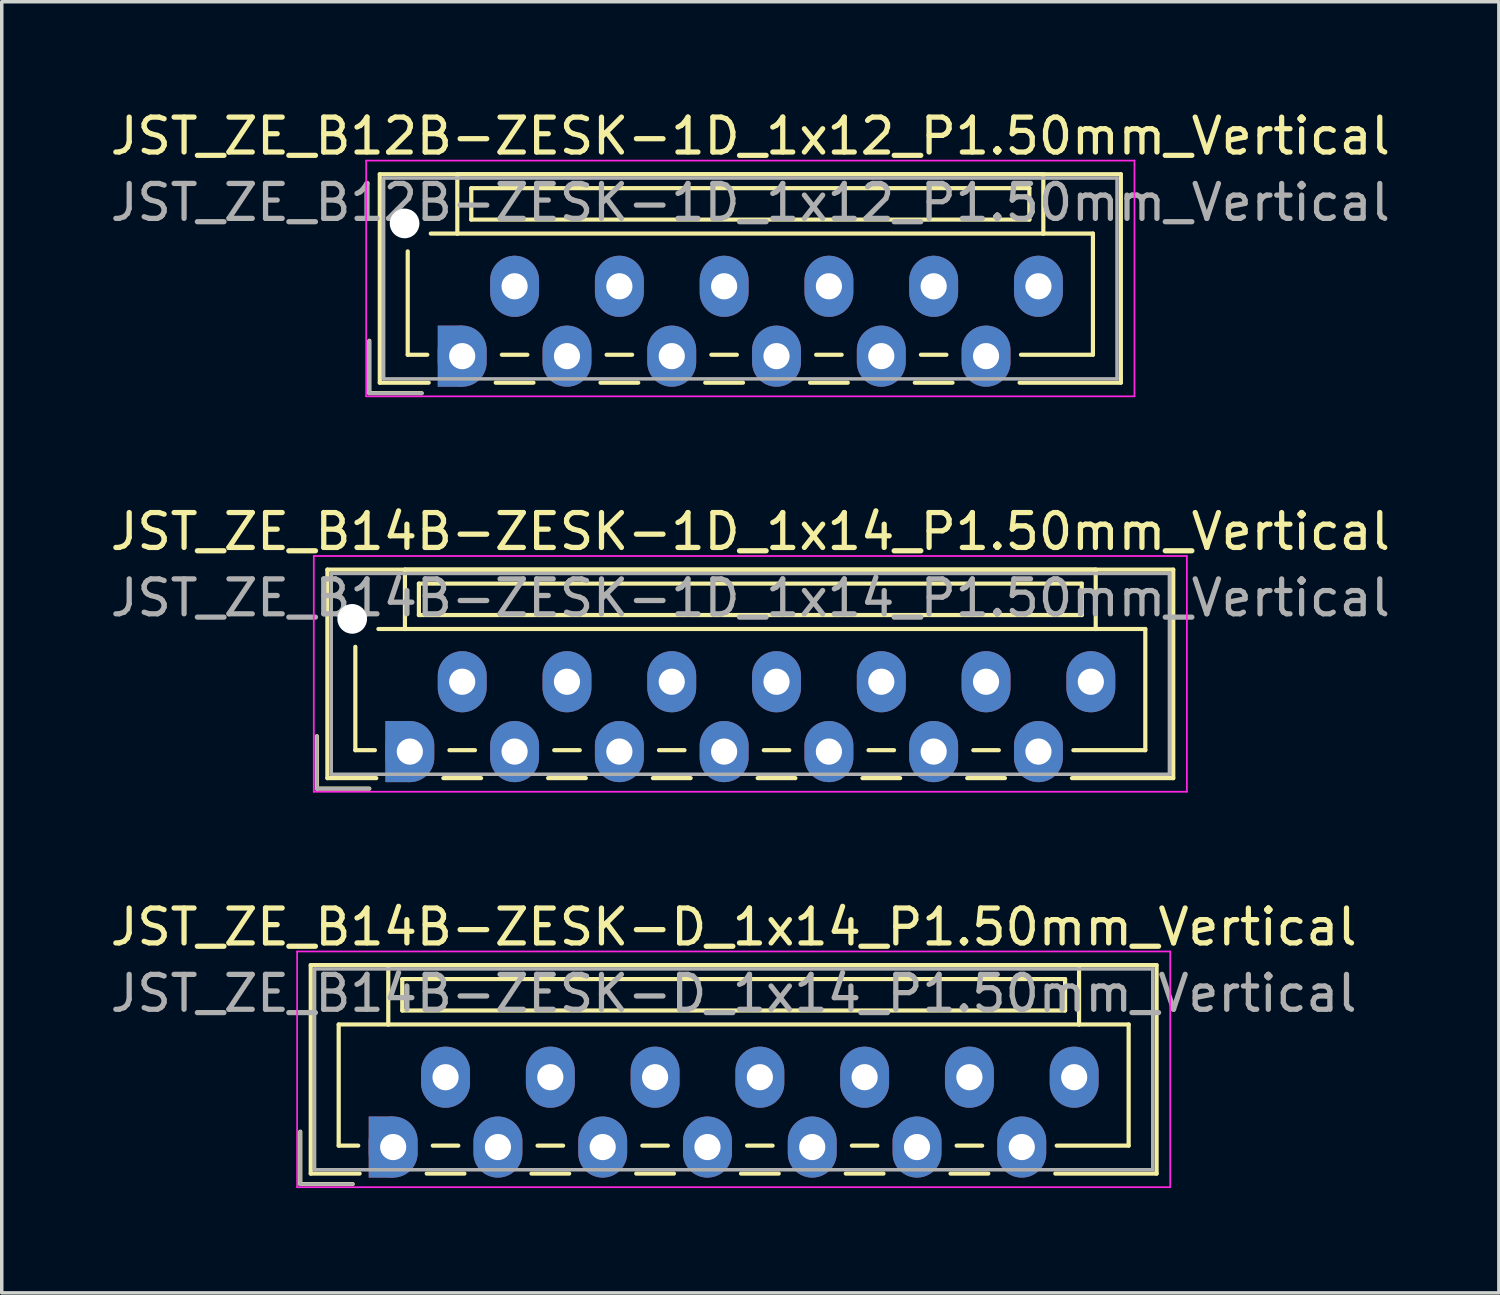
<source format=kicad_pcb>
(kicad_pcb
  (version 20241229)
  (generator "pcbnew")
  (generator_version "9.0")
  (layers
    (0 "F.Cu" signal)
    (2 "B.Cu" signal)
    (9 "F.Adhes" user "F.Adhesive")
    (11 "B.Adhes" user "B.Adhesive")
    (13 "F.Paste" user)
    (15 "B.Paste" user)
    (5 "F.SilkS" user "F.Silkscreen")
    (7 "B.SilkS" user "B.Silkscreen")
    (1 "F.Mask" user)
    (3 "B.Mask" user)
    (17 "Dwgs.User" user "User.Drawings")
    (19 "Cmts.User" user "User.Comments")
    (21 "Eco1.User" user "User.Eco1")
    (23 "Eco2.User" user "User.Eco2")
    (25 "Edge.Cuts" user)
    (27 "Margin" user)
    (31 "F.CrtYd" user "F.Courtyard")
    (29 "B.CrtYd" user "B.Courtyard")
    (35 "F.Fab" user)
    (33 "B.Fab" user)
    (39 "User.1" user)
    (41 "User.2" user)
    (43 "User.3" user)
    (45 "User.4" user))
  (footprint "JST_ZE_B14B-ZESK-D_1x14_P1.50mm_Vertical"
    (layer "F.Cu")
    (at 8.208 29.795)
    (property "Reference" "JST_ZE_B14B-ZESK-D_1x14_P1.50mm_Vertical" (at 9.75 -6.3 0) (layer "F.SilkS") (effects (font (size 1 1) (thickness 0.15))))
    (attr through_hole)
    (fp_line (start -2.66 -0.44) (end -2.66 1.06) (stroke (width 0.12) (type solid)) (layer "F.SilkS"))
    (fp_line (start -2.66 1.06) (end -1.16 1.06) (stroke (width 0.12) (type solid)) (layer "F.SilkS"))
    (fp_line (start -2.36 -5.21) (end 21.86 -5.21) (stroke (width 0.12) (type solid)) (layer "F.SilkS"))
    (fp_line (start -2.36 0.76) (end -2.36 -5.21) (stroke (width 0.12) (type solid)) (layer "F.SilkS"))
    (fp_line (start -1.56 -3.51) (end -1.56 -0.04) (stroke (width 0.12) (type solid)) (layer "F.SilkS"))
    (fp_line (start -1.56 -0.04) (end -1 -0.04) (stroke (width 0.12) (type solid)) (layer "F.SilkS"))
    (fp_line (start -0.96 0.76) (end -2.36 0.76) (stroke (width 0.12) (type solid)) (layer "F.SilkS"))
    (fp_line (start -0.14 -5.21) (end -0.14 -3.51) (stroke (width 0.12) (type solid)) (layer "F.SilkS"))
    (fp_line (start -0.14 -3.51) (end -1.56 -3.51) (stroke (width 0.12) (type solid)) (layer "F.SilkS"))
    (fp_line (start -0.14 -3.51) (end 19.64 -3.51) (stroke (width 0.12) (type solid)) (layer "F.SilkS"))
    (fp_line (start 0.26 -4.81) (end 0.26 -3.91) (stroke (width 0.12) (type solid)) (layer "F.SilkS"))
    (fp_line (start 0.26 -3.91) (end 19.24 -3.91) (stroke (width 0.12) (type solid)) (layer "F.SilkS"))
    (fp_line (start 0.96 0.76) (end 2.04 0.76) (stroke (width 0.12) (type solid)) (layer "F.SilkS"))
    (fp_line (start 1.135 -0.04) (end 1.865 -0.04) (stroke (width 0.12) (type solid)) (layer "F.SilkS"))
    (fp_line (start 3.96 0.76) (end 5.04 0.76) (stroke (width 0.12) (type solid)) (layer "F.SilkS"))
    (fp_line (start 4.135 -0.04) (end 4.865 -0.04) (stroke (width 0.12) (type solid)) (layer "F.SilkS"))
    (fp_line (start 6.96 0.76) (end 8.04 0.76) (stroke (width 0.12) (type solid)) (layer "F.SilkS"))
    (fp_line (start 7.135 -0.04) (end 7.865 -0.04) (stroke (width 0.12) (type solid)) (layer "F.SilkS"))
    (fp_line (start 9.96 0.76) (end 11.04 0.76) (stroke (width 0.12) (type solid)) (layer "F.SilkS"))
    (fp_line (start 10.135 -0.04) (end 10.865 -0.04) (stroke (width 0.12) (type solid)) (layer "F.SilkS"))
    (fp_line (start 12.96 0.76) (end 14.04 0.76) (stroke (width 0.12) (type solid)) (layer "F.SilkS"))
    (fp_line (start 13.135 -0.04) (end 13.865 -0.04) (stroke (width 0.12) (type solid)) (layer "F.SilkS"))
    (fp_line (start 15.96 0.76) (end 17.04 0.76) (stroke (width 0.12) (type solid)) (layer "F.SilkS"))
    (fp_line (start 16.135 -0.04) (end 16.865 -0.04) (stroke (width 0.12) (type solid)) (layer "F.SilkS"))
    (fp_line (start 19.24 -4.81) (end 0.26 -4.81) (stroke (width 0.12) (type solid)) (layer "F.SilkS"))
    (fp_line (start 19.24 -3.91) (end 19.24 -4.81) (stroke (width 0.12) (type solid)) (layer "F.SilkS"))
    (fp_line (start 19.64 -5.21) (end -0.14 -5.21) (stroke (width 0.12) (type solid)) (layer "F.SilkS"))
    (fp_line (start 19.64 -3.51) (end 19.64 -5.21) (stroke (width 0.12) (type solid)) (layer "F.SilkS"))
    (fp_line (start 19.64 -3.51) (end 21.06 -3.51) (stroke (width 0.12) (type solid)) (layer "F.SilkS"))
    (fp_line (start 21.06 -3.51) (end 21.06 -0.04) (stroke (width 0.12) (type solid)) (layer "F.SilkS"))
    (fp_line (start 21.06 -0.04) (end 19 -0.04) (stroke (width 0.12) (type solid)) (layer "F.SilkS"))
    (fp_line (start 21.86 -5.21) (end 21.86 0.76) (stroke (width 0.12) (type solid)) (layer "F.SilkS"))
    (fp_line (start 21.86 0.76) (end 18.96 0.76) (stroke (width 0.12) (type solid)) (layer "F.SilkS"))
    (fp_line (start -2.75 -5.6) (end -2.75 1.15) (stroke (width 0.05) (type solid)) (layer "F.CrtYd"))
    (fp_line (start -2.75 1.15) (end 22.25 1.15) (stroke (width 0.05) (type solid)) (layer "F.CrtYd"))
    (fp_line (start 22.25 -5.6) (end -2.75 -5.6) (stroke (width 0.05) (type solid)) (layer "F.CrtYd"))
    (fp_line (start 22.25 1.15) (end 22.25 -5.6) (stroke (width 0.05) (type solid)) (layer "F.CrtYd"))
    (fp_line (start -2.66 -0.44) (end -2.66 1.06) (stroke (width 0.1) (type solid)) (layer "F.Fab"))
    (fp_line (start -2.66 1.06) (end -1.16 1.06) (stroke (width 0.1) (type solid)) (layer "F.Fab"))
    (fp_line (start -2.25 -5.1) (end -2.25 0.65) (stroke (width 0.1) (type solid)) (layer "F.Fab"))
    (fp_line (start -2.25 0.65) (end 21.75 0.65) (stroke (width 0.1) (type solid)) (layer "F.Fab"))
    (fp_line (start 21.75 -5.1) (end -2.25 -5.1) (stroke (width 0.1) (type solid)) (layer "F.Fab"))
    (fp_line (start 21.75 0.65) (end 21.75 -5.1) (stroke (width 0.1) (type solid)) (layer "F.Fab"))
    (fp_text user "${REFERENCE}" (at 9.75 -4.4 0) (layer "F.Fab") (effects (font (size 1 1) (thickness 0.15))))
    (pad "1" smd rect (at -0.35 0) (size 0.7 1.75) (layers "F.Cu" "F.Mask"))
    (pad "1" smd rect (at -0.35 0) (size 0.7 1.75) (layers "B.Cu" "B.Mask"))
    (pad "1" thru_hole oval (at 0 0) (size 1.4 1.75) (drill 0.75) (layers "*.Cu" "*.Mask"))
    (pad "2" thru_hole oval (at 1.5 -2) (size 1.4 1.75) (drill 0.75) (layers "*.Cu" "*.Mask"))
    (pad "3" thru_hole oval (at 3 0) (size 1.4 1.75) (drill 0.75) (layers "*.Cu" "*.Mask"))
    (pad "4" thru_hole oval (at 4.5 -2) (size 1.4 1.75) (drill 0.75) (layers "*.Cu" "*.Mask"))
    (pad "5" thru_hole oval (at 6 0) (size 1.4 1.75) (drill 0.75) (layers "*.Cu" "*.Mask"))
    (pad "6" thru_hole oval (at 7.5 -2) (size 1.4 1.75) (drill 0.75) (layers "*.Cu" "*.Mask"))
    (pad "7" thru_hole oval (at 9 0) (size 1.4 1.75) (drill 0.75) (layers "*.Cu" "*.Mask"))
    (pad "8" thru_hole oval (at 10.5 -2) (size 1.4 1.75) (drill 0.75) (layers "*.Cu" "*.Mask"))
    (pad "9" thru_hole oval (at 12 0) (size 1.4 1.75) (drill 0.75) (layers "*.Cu" "*.Mask"))
    (pad "10" thru_hole oval (at 13.5 -2) (size 1.4 1.75) (drill 0.75) (layers "*.Cu" "*.Mask"))
    (pad "11" thru_hole oval (at 15 0) (size 1.4 1.75) (drill 0.75) (layers "*.Cu" "*.Mask"))
    (pad "12" thru_hole oval (at 16.5 -2) (size 1.4 1.75) (drill 0.75) (layers "*.Cu" "*.Mask"))
    (pad "13" thru_hole oval (at 18 0) (size 1.4 1.75) (drill 0.75) (layers "*.Cu" "*.Mask"))
    (pad "14" thru_hole oval (at 19.5 -2) (size 1.4 1.75) (drill 0.75) (layers "*.Cu" "*.Mask")))
  (footprint "JST_ZE_B12B-ZESK-1D_1x12_P1.50mm_Vertical"
    (layer "F.Cu")
    (at 10.185 7.148)
    (property "Reference" "JST_ZE_B12B-ZESK-1D_1x12_P1.50mm_Vertical" (at 8.25 -6.3 0) (layer "F.SilkS") (effects (font (size 1 1) (thickness 0.15))))
    (attr through_hole)
    (fp_line (start -2.66 -0.44) (end -2.66 1.06) (stroke (width 0.12) (type solid)) (layer "F.SilkS"))
    (fp_line (start -2.66 1.06) (end -1.16 1.06) (stroke (width 0.12) (type solid)) (layer "F.SilkS"))
    (fp_line (start -2.36 -5.21) (end 18.86 -5.21) (stroke (width 0.12) (type solid)) (layer "F.SilkS"))
    (fp_line (start -2.36 0.76) (end -2.36 -5.21) (stroke (width 0.12) (type solid)) (layer "F.SilkS"))
    (fp_line (start -1.56 -3) (end -1.56 -0.04) (stroke (width 0.12) (type solid)) (layer "F.SilkS"))
    (fp_line (start -1.56 -0.04) (end -1 -0.04) (stroke (width 0.12) (type solid)) (layer "F.SilkS"))
    (fp_line (start -0.96 0.76) (end -2.36 0.76) (stroke (width 0.12) (type solid)) (layer "F.SilkS"))
    (fp_line (start -0.14 -5.21) (end -0.14 -3.51) (stroke (width 0.12) (type solid)) (layer "F.SilkS"))
    (fp_line (start -0.14 -3.51) (end -0.9 -3.51) (stroke (width 0.12) (type solid)) (layer "F.SilkS"))
    (fp_line (start -0.14 -3.51) (end 16.64 -3.51) (stroke (width 0.12) (type solid)) (layer "F.SilkS"))
    (fp_line (start 0.26 -4.81) (end 0.26 -3.91) (stroke (width 0.12) (type solid)) (layer "F.SilkS"))
    (fp_line (start 0.26 -3.91) (end 16.24 -3.91) (stroke (width 0.12) (type solid)) (layer "F.SilkS"))
    (fp_line (start 0.96 0.76) (end 2.04 0.76) (stroke (width 0.12) (type solid)) (layer "F.SilkS"))
    (fp_line (start 1.135 -0.04) (end 1.865 -0.04) (stroke (width 0.12) (type solid)) (layer "F.SilkS"))
    (fp_line (start 3.96 0.76) (end 5.04 0.76) (stroke (width 0.12) (type solid)) (layer "F.SilkS"))
    (fp_line (start 4.135 -0.04) (end 4.865 -0.04) (stroke (width 0.12) (type solid)) (layer "F.SilkS"))
    (fp_line (start 6.96 0.76) (end 8.04 0.76) (stroke (width 0.12) (type solid)) (layer "F.SilkS"))
    (fp_line (start 7.135 -0.04) (end 7.865 -0.04) (stroke (width 0.12) (type solid)) (layer "F.SilkS"))
    (fp_line (start 9.96 0.76) (end 11.04 0.76) (stroke (width 0.12) (type solid)) (layer "F.SilkS"))
    (fp_line (start 10.135 -0.04) (end 10.865 -0.04) (stroke (width 0.12) (type solid)) (layer "F.SilkS"))
    (fp_line (start 12.96 0.76) (end 14.04 0.76) (stroke (width 0.12) (type solid)) (layer "F.SilkS"))
    (fp_line (start 13.135 -0.04) (end 13.865 -0.04) (stroke (width 0.12) (type solid)) (layer "F.SilkS"))
    (fp_line (start 16.24 -4.81) (end 0.26 -4.81) (stroke (width 0.12) (type solid)) (layer "F.SilkS"))
    (fp_line (start 16.24 -3.91) (end 16.24 -4.81) (stroke (width 0.12) (type solid)) (layer "F.SilkS"))
    (fp_line (start 16.64 -5.21) (end -0.14 -5.21) (stroke (width 0.12) (type solid)) (layer "F.SilkS"))
    (fp_line (start 16.64 -3.51) (end 16.64 -5.21) (stroke (width 0.12) (type solid)) (layer "F.SilkS"))
    (fp_line (start 16.64 -3.51) (end 18.06 -3.51) (stroke (width 0.12) (type solid)) (layer "F.SilkS"))
    (fp_line (start 18.06 -3.51) (end 18.06 -0.04) (stroke (width 0.12) (type solid)) (layer "F.SilkS"))
    (fp_line (start 18.06 -0.04) (end 16 -0.04) (stroke (width 0.12) (type solid)) (layer "F.SilkS"))
    (fp_line (start 18.86 -5.21) (end 18.86 0.76) (stroke (width 0.12) (type solid)) (layer "F.SilkS"))
    (fp_line (start 18.86 0.76) (end 15.96 0.76) (stroke (width 0.12) (type solid)) (layer "F.SilkS"))
    (fp_line (start -2.75 -5.6) (end -2.75 1.15) (stroke (width 0.05) (type solid)) (layer "F.CrtYd"))
    (fp_line (start -2.75 1.15) (end 19.25 1.15) (stroke (width 0.05) (type solid)) (layer "F.CrtYd"))
    (fp_line (start 19.25 -5.6) (end -2.75 -5.6) (stroke (width 0.05) (type solid)) (layer "F.CrtYd"))
    (fp_line (start 19.25 1.15) (end 19.25 -5.6) (stroke (width 0.05) (type solid)) (layer "F.CrtYd"))
    (fp_line (start -2.66 -0.44) (end -2.66 1.06) (stroke (width 0.1) (type solid)) (layer "F.Fab"))
    (fp_line (start -2.66 1.06) (end -1.16 1.06) (stroke (width 0.1) (type solid)) (layer "F.Fab"))
    (fp_line (start -2.25 -5.1) (end -2.25 0.65) (stroke (width 0.1) (type solid)) (layer "F.Fab"))
    (fp_line (start -2.25 0.65) (end 18.75 0.65) (stroke (width 0.1) (type solid)) (layer "F.Fab"))
    (fp_line (start 18.75 -5.1) (end -2.25 -5.1) (stroke (width 0.1) (type solid)) (layer "F.Fab"))
    (fp_line (start 18.75 0.65) (end 18.75 -5.1) (stroke (width 0.1) (type solid)) (layer "F.Fab"))
    (fp_text user "${REFERENCE}" (at 8.25 -4.4 0) (layer "F.Fab") (effects (font (size 1 1) (thickness 0.15))))
    (pad "" np_thru_hole circle (at -1.65 -3.8) (size 0.85 0.85) (drill 0.85) (layers "*.Cu" "*.Mask"))
    (pad "1" smd rect (at -0.35 0) (size 0.7 1.75) (layers "F.Cu" "F.Mask"))
    (pad "1" smd rect (at -0.35 0) (size 0.7 1.75) (layers "B.Cu" "B.Mask"))
    (pad "1" thru_hole oval (at 0 0) (size 1.4 1.75) (drill 0.75) (layers "*.Cu" "*.Mask"))
    (pad "2" thru_hole oval (at 1.5 -2) (size 1.4 1.75) (drill 0.75) (layers "*.Cu" "*.Mask"))
    (pad "3" thru_hole oval (at 3 0) (size 1.4 1.75) (drill 0.75) (layers "*.Cu" "*.Mask"))
    (pad "4" thru_hole oval (at 4.5 -2) (size 1.4 1.75) (drill 0.75) (layers "*.Cu" "*.Mask"))
    (pad "5" thru_hole oval (at 6 0) (size 1.4 1.75) (drill 0.75) (layers "*.Cu" "*.Mask"))
    (pad "6" thru_hole oval (at 7.5 -2) (size 1.4 1.75) (drill 0.75) (layers "*.Cu" "*.Mask"))
    (pad "7" thru_hole oval (at 9 0) (size 1.4 1.75) (drill 0.75) (layers "*.Cu" "*.Mask"))
    (pad "8" thru_hole oval (at 10.5 -2) (size 1.4 1.75) (drill 0.75) (layers "*.Cu" "*.Mask"))
    (pad "9" thru_hole oval (at 12 0) (size 1.4 1.75) (drill 0.75) (layers "*.Cu" "*.Mask"))
    (pad "10" thru_hole oval (at 13.5 -2) (size 1.4 1.75) (drill 0.75) (layers "*.Cu" "*.Mask"))
    (pad "11" thru_hole oval (at 15 0) (size 1.4 1.75) (drill 0.75) (layers "*.Cu" "*.Mask"))
    (pad "12" thru_hole oval (at 16.5 -2) (size 1.4 1.75) (drill 0.75) (layers "*.Cu" "*.Mask")))
  (footprint "JST_ZE_B14B-ZESK-1D_1x14_P1.50mm_Vertical"
    (layer "F.Cu")
    (at 8.685 18.471)
    (property "Reference" "JST_ZE_B14B-ZESK-1D_1x14_P1.50mm_Vertical" (at 9.75 -6.3 0) (layer "F.SilkS") (effects (font (size 1 1) (thickness 0.15))))
    (attr through_hole)
    (fp_line (start -2.66 -0.44) (end -2.66 1.06) (stroke (width 0.12) (type solid)) (layer "F.SilkS"))
    (fp_line (start -2.66 1.06) (end -1.16 1.06) (stroke (width 0.12) (type solid)) (layer "F.SilkS"))
    (fp_line (start -2.36 -5.21) (end 21.86 -5.21) (stroke (width 0.12) (type solid)) (layer "F.SilkS"))
    (fp_line (start -2.36 0.76) (end -2.36 -5.21) (stroke (width 0.12) (type solid)) (layer "F.SilkS"))
    (fp_line (start -1.56 -3) (end -1.56 -0.04) (stroke (width 0.12) (type solid)) (layer "F.SilkS"))
    (fp_line (start -1.56 -0.04) (end -1 -0.04) (stroke (width 0.12) (type solid)) (layer "F.SilkS"))
    (fp_line (start -0.96 0.76) (end -2.36 0.76) (stroke (width 0.12) (type solid)) (layer "F.SilkS"))
    (fp_line (start -0.14 -5.21) (end -0.14 -3.51) (stroke (width 0.12) (type solid)) (layer "F.SilkS"))
    (fp_line (start -0.14 -3.51) (end -0.9 -3.51) (stroke (width 0.12) (type solid)) (layer "F.SilkS"))
    (fp_line (start -0.14 -3.51) (end 19.64 -3.51) (stroke (width 0.12) (type solid)) (layer "F.SilkS"))
    (fp_line (start 0.26 -4.81) (end 0.26 -3.91) (stroke (width 0.12) (type solid)) (layer "F.SilkS"))
    (fp_line (start 0.26 -3.91) (end 19.24 -3.91) (stroke (width 0.12) (type solid)) (layer "F.SilkS"))
    (fp_line (start 0.96 0.76) (end 2.04 0.76) (stroke (width 0.12) (type solid)) (layer "F.SilkS"))
    (fp_line (start 1.135 -0.04) (end 1.865 -0.04) (stroke (width 0.12) (type solid)) (layer "F.SilkS"))
    (fp_line (start 3.96 0.76) (end 5.04 0.76) (stroke (width 0.12) (type solid)) (layer "F.SilkS"))
    (fp_line (start 4.135 -0.04) (end 4.865 -0.04) (stroke (width 0.12) (type solid)) (layer "F.SilkS"))
    (fp_line (start 6.96 0.76) (end 8.04 0.76) (stroke (width 0.12) (type solid)) (layer "F.SilkS"))
    (fp_line (start 7.135 -0.04) (end 7.865 -0.04) (stroke (width 0.12) (type solid)) (layer "F.SilkS"))
    (fp_line (start 9.96 0.76) (end 11.04 0.76) (stroke (width 0.12) (type solid)) (layer "F.SilkS"))
    (fp_line (start 10.135 -0.04) (end 10.865 -0.04) (stroke (width 0.12) (type solid)) (layer "F.SilkS"))
    (fp_line (start 12.96 0.76) (end 14.04 0.76) (stroke (width 0.12) (type solid)) (layer "F.SilkS"))
    (fp_line (start 13.135 -0.04) (end 13.865 -0.04) (stroke (width 0.12) (type solid)) (layer "F.SilkS"))
    (fp_line (start 15.96 0.76) (end 17.04 0.76) (stroke (width 0.12) (type solid)) (layer "F.SilkS"))
    (fp_line (start 16.135 -0.04) (end 16.865 -0.04) (stroke (width 0.12) (type solid)) (layer "F.SilkS"))
    (fp_line (start 19.24 -4.81) (end 0.26 -4.81) (stroke (width 0.12) (type solid)) (layer "F.SilkS"))
    (fp_line (start 19.24 -3.91) (end 19.24 -4.81) (stroke (width 0.12) (type solid)) (layer "F.SilkS"))
    (fp_line (start 19.64 -5.21) (end -0.14 -5.21) (stroke (width 0.12) (type solid)) (layer "F.SilkS"))
    (fp_line (start 19.64 -3.51) (end 19.64 -5.21) (stroke (width 0.12) (type solid)) (layer "F.SilkS"))
    (fp_line (start 19.64 -3.51) (end 21.06 -3.51) (stroke (width 0.12) (type solid)) (layer "F.SilkS"))
    (fp_line (start 21.06 -3.51) (end 21.06 -0.04) (stroke (width 0.12) (type solid)) (layer "F.SilkS"))
    (fp_line (start 21.06 -0.04) (end 19 -0.04) (stroke (width 0.12) (type solid)) (layer "F.SilkS"))
    (fp_line (start 21.86 -5.21) (end 21.86 0.76) (stroke (width 0.12) (type solid)) (layer "F.SilkS"))
    (fp_line (start 21.86 0.76) (end 18.96 0.76) (stroke (width 0.12) (type solid)) (layer "F.SilkS"))
    (fp_line (start -2.75 -5.6) (end -2.75 1.15) (stroke (width 0.05) (type solid)) (layer "F.CrtYd"))
    (fp_line (start -2.75 1.15) (end 22.25 1.15) (stroke (width 0.05) (type solid)) (layer "F.CrtYd"))
    (fp_line (start 22.25 -5.6) (end -2.75 -5.6) (stroke (width 0.05) (type solid)) (layer "F.CrtYd"))
    (fp_line (start 22.25 1.15) (end 22.25 -5.6) (stroke (width 0.05) (type solid)) (layer "F.CrtYd"))
    (fp_line (start -2.66 -0.44) (end -2.66 1.06) (stroke (width 0.1) (type solid)) (layer "F.Fab"))
    (fp_line (start -2.66 1.06) (end -1.16 1.06) (stroke (width 0.1) (type solid)) (layer "F.Fab"))
    (fp_line (start -2.25 -5.1) (end -2.25 0.65) (stroke (width 0.1) (type solid)) (layer "F.Fab"))
    (fp_line (start -2.25 0.65) (end 21.75 0.65) (stroke (width 0.1) (type solid)) (layer "F.Fab"))
    (fp_line (start 21.75 -5.1) (end -2.25 -5.1) (stroke (width 0.1) (type solid)) (layer "F.Fab"))
    (fp_line (start 21.75 0.65) (end 21.75 -5.1) (stroke (width 0.1) (type solid)) (layer "F.Fab"))
    (fp_text user "${REFERENCE}" (at 9.75 -4.4 0) (layer "F.Fab") (effects (font (size 1 1) (thickness 0.15))))
    (pad "" np_thru_hole circle (at -1.65 -3.8) (size 0.85 0.85) (drill 0.85) (layers "*.Cu" "*.Mask"))
    (pad "1" smd rect (at -0.35 0) (size 0.7 1.75) (layers "F.Cu" "F.Mask"))
    (pad "1" smd rect (at -0.35 0) (size 0.7 1.75) (layers "B.Cu" "B.Mask"))
    (pad "1" thru_hole oval (at 0 0) (size 1.4 1.75) (drill 0.75) (layers "*.Cu" "*.Mask"))
    (pad "2" thru_hole oval (at 1.5 -2) (size 1.4 1.75) (drill 0.75) (layers "*.Cu" "*.Mask"))
    (pad "3" thru_hole oval (at 3 0) (size 1.4 1.75) (drill 0.75) (layers "*.Cu" "*.Mask"))
    (pad "4" thru_hole oval (at 4.5 -2) (size 1.4 1.75) (drill 0.75) (layers "*.Cu" "*.Mask"))
    (pad "5" thru_hole oval (at 6 0) (size 1.4 1.75) (drill 0.75) (layers "*.Cu" "*.Mask"))
    (pad "6" thru_hole oval (at 7.5 -2) (size 1.4 1.75) (drill 0.75) (layers "*.Cu" "*.Mask"))
    (pad "7" thru_hole oval (at 9 0) (size 1.4 1.75) (drill 0.75) (layers "*.Cu" "*.Mask"))
    (pad "8" thru_hole oval (at 10.5 -2) (size 1.4 1.75) (drill 0.75) (layers "*.Cu" "*.Mask"))
    (pad "9" thru_hole oval (at 12 0) (size 1.4 1.75) (drill 0.75) (layers "*.Cu" "*.Mask"))
    (pad "10" thru_hole oval (at 13.5 -2) (size 1.4 1.75) (drill 0.75) (layers "*.Cu" "*.Mask"))
    (pad "11" thru_hole oval (at 15 0) (size 1.4 1.75) (drill 0.75) (layers "*.Cu" "*.Mask"))
    (pad "12" thru_hole oval (at 16.5 -2) (size 1.4 1.75) (drill 0.75) (layers "*.Cu" "*.Mask"))
    (pad "13" thru_hole oval (at 18 0) (size 1.4 1.75) (drill 0.75) (layers "*.Cu" "*.Mask"))
    (pad "14" thru_hole oval (at 19.5 -2) (size 1.4 1.75) (drill 0.75) (layers "*.Cu" "*.Mask")))
  (gr_rect
    (start -3 -3)
    (end 39.869 33.97)
    (stroke (width 0.1) (type default))
    (fill no)
    (layer "Edge.Cuts")))
</source>
